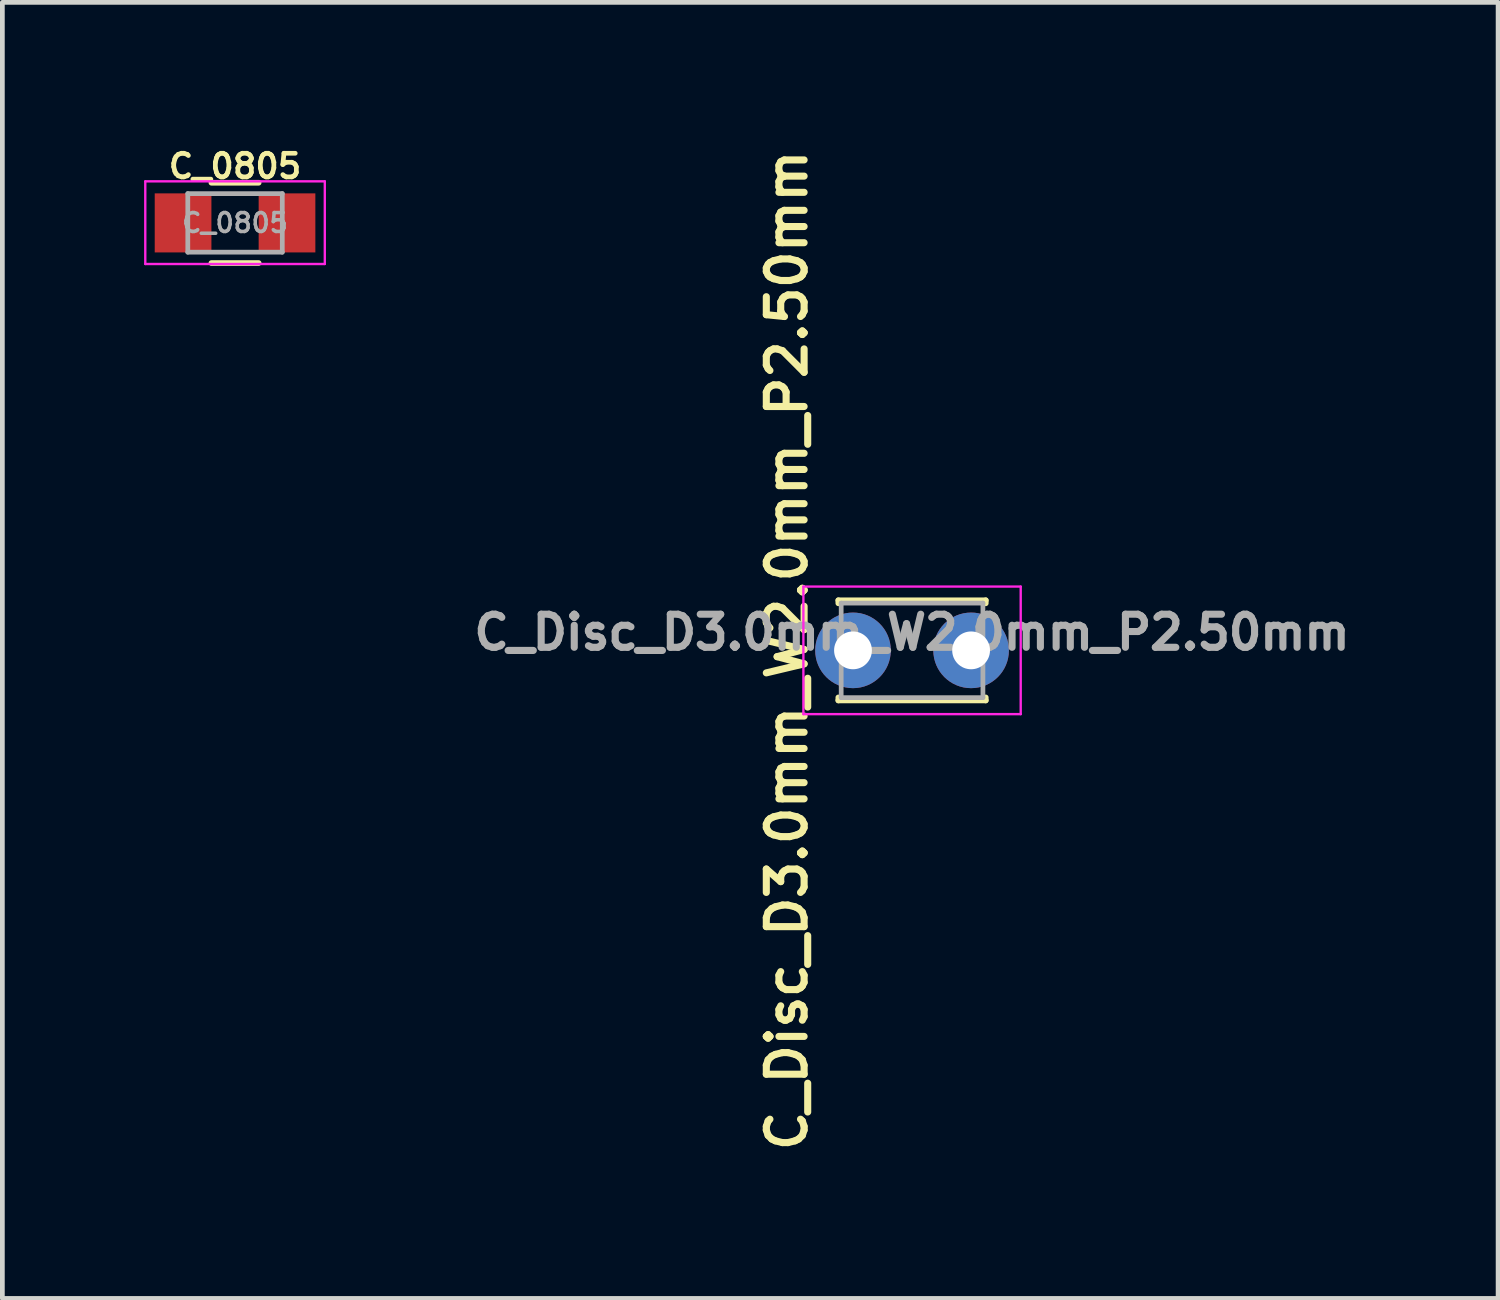
<source format=kicad_pcb>
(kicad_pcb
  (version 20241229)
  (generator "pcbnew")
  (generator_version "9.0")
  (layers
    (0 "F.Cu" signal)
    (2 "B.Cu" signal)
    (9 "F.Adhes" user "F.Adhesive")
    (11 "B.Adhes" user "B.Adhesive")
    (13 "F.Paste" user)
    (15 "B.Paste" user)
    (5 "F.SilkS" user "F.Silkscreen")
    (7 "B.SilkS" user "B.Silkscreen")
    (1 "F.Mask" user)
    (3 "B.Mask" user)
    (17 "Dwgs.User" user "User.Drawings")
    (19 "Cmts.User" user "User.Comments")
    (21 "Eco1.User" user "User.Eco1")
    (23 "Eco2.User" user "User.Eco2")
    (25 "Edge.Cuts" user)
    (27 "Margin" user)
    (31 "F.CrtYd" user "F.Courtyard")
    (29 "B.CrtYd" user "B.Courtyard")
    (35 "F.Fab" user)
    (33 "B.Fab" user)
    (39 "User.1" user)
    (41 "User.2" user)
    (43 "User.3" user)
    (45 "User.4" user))
  (footprint "C_0805"
    (layer "F.Cu")
    (at 1.925 1.668)
    (property "Reference" "C_0805" (at 0 -1.2 0) (layer "F.SilkS") (effects (font (size 0.5 0.5) (thickness 0.1))))
    (attr smd)
    (fp_line (start -0.5 0.85) (end 0.5 0.85) (stroke (width 0.12) (type solid)) (layer "F.SilkS"))
    (fp_line (start 0.5 -0.85) (end -0.5 -0.85) (stroke (width 0.12) (type solid)) (layer "F.SilkS"))
    (fp_line (start -1.9 -0.88) (end -1.9 0.87) (stroke (width 0.05) (type solid)) (layer "F.CrtYd"))
    (fp_line (start -1.9 -0.88) (end 1.9 -0.88) (stroke (width 0.05) (type solid)) (layer "F.CrtYd"))
    (fp_line (start 1.9 0.87) (end -1.9 0.87) (stroke (width 0.05) (type solid)) (layer "F.CrtYd"))
    (fp_line (start 1.9 0.87) (end 1.9 -0.88) (stroke (width 0.05) (type solid)) (layer "F.CrtYd"))
    (fp_line (start -1 -0.62) (end 1 -0.62) (stroke (width 0.1) (type solid)) (layer "F.Fab"))
    (fp_line (start -1 0.62) (end -1 -0.62) (stroke (width 0.1) (type solid)) (layer "F.Fab"))
    (fp_line (start 1 -0.62) (end 1 0.62) (stroke (width 0.1) (type solid)) (layer "F.Fab"))
    (fp_line (start 1 0.62) (end -1 0.62) (stroke (width 0.1) (type solid)) (layer "F.Fab"))
    (fp_text user "${REFERENCE}" (at 0 0 0) (layer "F.Fab") (effects (font (size 0.4 0.4) (thickness 0.075))))
    (pad "1" smd rect (at -1.1 0) (size 1.2 1.25) (layers "F.Cu" "F.Mask" "F.Paste"))
    (pad "2" smd rect (at 1.1 0) (size 1.2 1.25) (layers "F.Cu" "F.Mask" "F.Paste")))
  (footprint "C_Disc_D3.0mm_W2.0mm_P2.50mm"
    (layer "F.Cu")
    (at 15.005 10.716)
    (property "Reference" "C_Disc_D3.0mm_W2.0mm_P2.50mm" (at -1.397 0 90) (layer "F.SilkS") (effects (font (size 0.8 0.8) (thickness 0.15))))
    (attr through_hole)
    (fp_line (start -0.31 -1.06) (end -0.31 -0.996) (stroke (width 0.12) (type solid)) (layer "F.SilkS"))
    (fp_line (start -0.31 -1.06) (end 2.81 -1.06) (stroke (width 0.12) (type solid)) (layer "F.SilkS"))
    (fp_line (start -0.31 0.996) (end -0.31 1.06) (stroke (width 0.12) (type solid)) (layer "F.SilkS"))
    (fp_line (start -0.31 1.06) (end 2.81 1.06) (stroke (width 0.12) (type solid)) (layer "F.SilkS"))
    (fp_line (start 2.81 -1.06) (end 2.81 -0.996) (stroke (width 0.12) (type solid)) (layer "F.SilkS"))
    (fp_line (start 2.81 0.996) (end 2.81 1.06) (stroke (width 0.12) (type solid)) (layer "F.SilkS"))
    (fp_line (start -1.05 -1.35) (end -1.05 1.35) (stroke (width 0.05) (type solid)) (layer "F.CrtYd"))
    (fp_line (start -1.05 1.35) (end 3.55 1.35) (stroke (width 0.05) (type solid)) (layer "F.CrtYd"))
    (fp_line (start 3.55 -1.35) (end -1.05 -1.35) (stroke (width 0.05) (type solid)) (layer "F.CrtYd"))
    (fp_line (start 3.55 1.35) (end 3.55 -1.35) (stroke (width 0.05) (type solid)) (layer "F.CrtYd"))
    (fp_line (start -0.25 -1) (end -0.25 1) (stroke (width 0.1) (type solid)) (layer "F.Fab"))
    (fp_line (start -0.25 1) (end 2.75 1) (stroke (width 0.1) (type solid)) (layer "F.Fab"))
    (fp_line (start 2.75 -1) (end -0.25 -1) (stroke (width 0.1) (type solid)) (layer "F.Fab"))
    (fp_line (start 2.75 1) (end 2.75 -1) (stroke (width 0.1) (type solid)) (layer "F.Fab"))
    (fp_text user "${REFERENCE}" (at 1.25 -0.381 180) (layer "F.Fab") (effects (font (size 0.7 0.7) (thickness 0.15))))
    (pad "1" thru_hole circle (at 0 0) (size 1.6 1.6) (drill 0.8) (layers "*.Cu" "*.Mask"))
    (pad "2" thru_hole circle (at 2.5 0) (size 1.6 1.6) (drill 0.8) (layers "*.Cu" "*.Mask")))
  (gr_rect
    (start -3 -3)
    (end 28.66 24.433)
    (stroke (width 0.1) (type default))
    (fill no)
    (layer "Edge.Cuts")))
</source>
